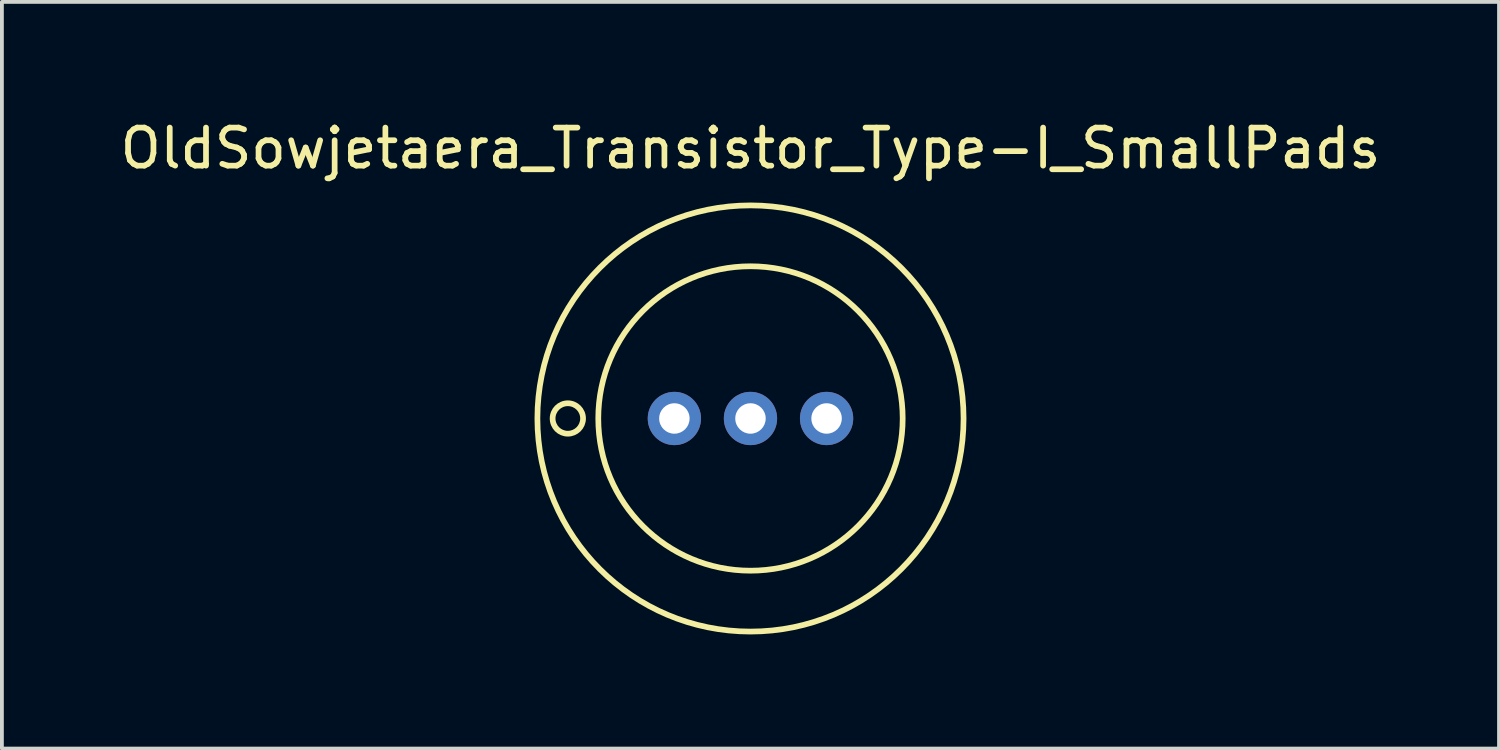
<source format=kicad_pcb>
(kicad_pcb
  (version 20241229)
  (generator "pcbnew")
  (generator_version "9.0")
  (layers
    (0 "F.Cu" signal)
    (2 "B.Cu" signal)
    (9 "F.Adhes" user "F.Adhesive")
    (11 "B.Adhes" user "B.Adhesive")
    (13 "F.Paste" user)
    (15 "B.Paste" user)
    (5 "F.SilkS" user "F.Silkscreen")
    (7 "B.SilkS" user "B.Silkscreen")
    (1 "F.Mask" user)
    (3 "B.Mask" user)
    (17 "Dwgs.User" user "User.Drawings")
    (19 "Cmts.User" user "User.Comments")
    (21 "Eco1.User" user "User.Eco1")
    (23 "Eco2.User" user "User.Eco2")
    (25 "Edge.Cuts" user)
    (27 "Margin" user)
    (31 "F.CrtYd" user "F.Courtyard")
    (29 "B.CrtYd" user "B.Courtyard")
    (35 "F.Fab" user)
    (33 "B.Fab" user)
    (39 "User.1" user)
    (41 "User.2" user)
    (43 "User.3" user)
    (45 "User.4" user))
  (footprint "OldSowjetaera_Transistor_Type-I_SmallPads"
    (layer "F.Cu")
    (at 16.673 7.948)
    (property "Reference" "OldSowjetaera_Transistor_Type-I_SmallPads" (at 0 -7.1 0) (layer "F.SilkS") (effects (font (size 1 1) (thickness 0.15))))
    (attr through_hole)
    (fp_circle (center -4.8 0) (end -4.8 0.4) (stroke (width 0.15) (type solid)) (fill no) (layer "F.SilkS"))
    (fp_circle (center 0 0) (end 4 0) (stroke (width 0.15) (type solid)) (fill no) (layer "F.SilkS"))
    (fp_circle (center 0 0) (end 5.6 0) (stroke (width 0.15) (type solid)) (fill no) (layer "F.SilkS"))
    (pad "1" thru_hole circle (at -2 0) (size 1.4 1.4) (drill 0.8) (layers "*.Cu" "*.Mask"))
    (pad "2" thru_hole circle (at 0 0) (size 1.4 1.4) (drill 0.8) (layers "*.Cu" "*.Mask"))
    (pad "3" thru_hole circle (at 2 0) (size 1.4 1.4) (drill 0.8) (layers "*.Cu" "*.Mask")))
  (gr_rect
    (start -3 -3)
    (end 36.345 16.623)
    (stroke (width 0.1) (type default))
    (fill no)
    (layer "Edge.Cuts")))
</source>
